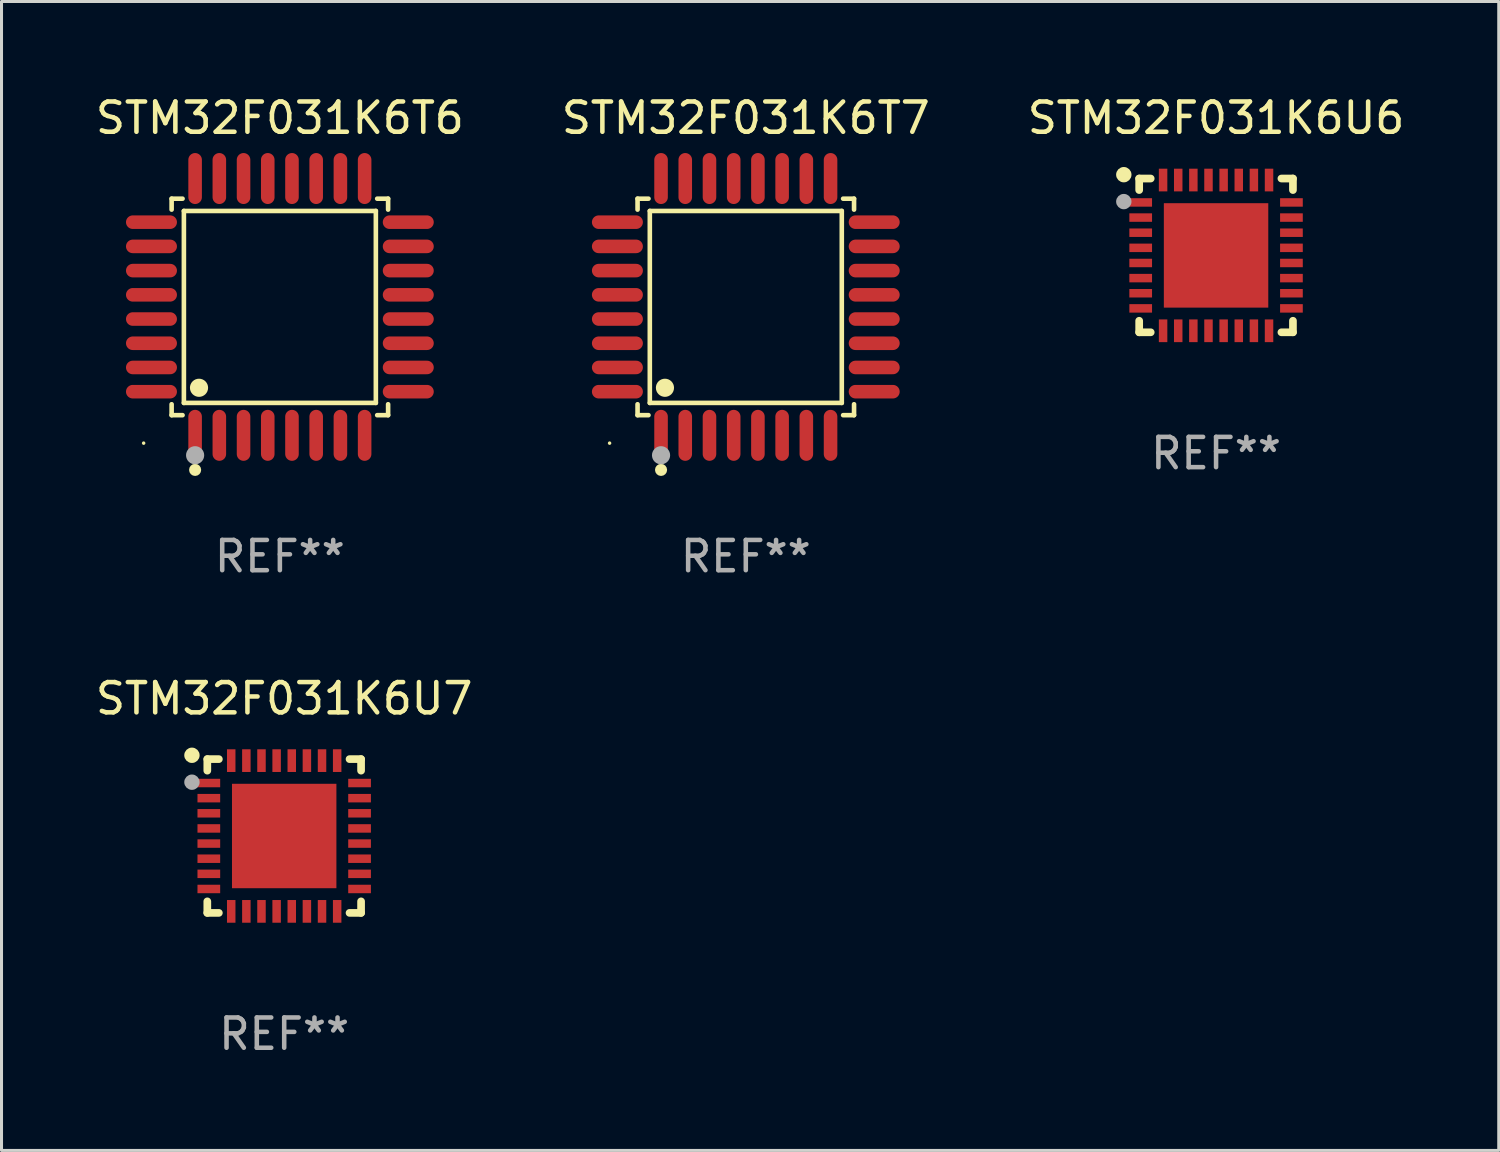
<source format=kicad_pcb>
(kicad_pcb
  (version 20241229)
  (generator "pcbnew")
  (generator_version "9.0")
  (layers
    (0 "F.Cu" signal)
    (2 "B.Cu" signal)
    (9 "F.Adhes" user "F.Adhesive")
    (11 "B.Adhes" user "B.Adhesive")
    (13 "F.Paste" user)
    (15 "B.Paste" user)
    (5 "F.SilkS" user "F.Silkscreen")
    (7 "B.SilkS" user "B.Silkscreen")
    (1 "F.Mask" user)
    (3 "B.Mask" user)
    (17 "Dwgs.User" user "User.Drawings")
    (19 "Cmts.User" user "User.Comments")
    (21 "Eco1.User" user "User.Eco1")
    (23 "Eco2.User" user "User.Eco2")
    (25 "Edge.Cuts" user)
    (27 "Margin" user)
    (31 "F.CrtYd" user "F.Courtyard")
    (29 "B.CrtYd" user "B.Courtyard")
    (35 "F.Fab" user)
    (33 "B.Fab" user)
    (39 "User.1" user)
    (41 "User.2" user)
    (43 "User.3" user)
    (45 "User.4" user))
  (footprint "STM32F031K6U7"
    (layer "F.Cu")
    (at 6.339 24.569)
    (property "Reference" "STM32F031K6U7" (at 0 -4.54 0) (layer "F.SilkS") (effects (font (size 1 1) (thickness 0.15))))
    (attr through_hole)
    (fp_line (start -2.54 -2.54) (end -2.159 -2.54) (stroke (width 0.254) (type solid)) (layer "F.SilkS"))
    (fp_line (start -2.54 -2.159) (end -2.54 -2.54) (stroke (width 0.254) (type solid)) (layer "F.SilkS"))
    (fp_line (start -2.54 2.54) (end -2.54 2.159) (stroke (width 0.254) (type solid)) (layer "F.SilkS"))
    (fp_line (start -2.159 2.54) (end -2.54 2.54) (stroke (width 0.254) (type solid)) (layer "F.SilkS"))
    (fp_line (start 2.159 -2.54) (end 2.54 -2.54) (stroke (width 0.254) (type solid)) (layer "F.SilkS"))
    (fp_line (start 2.54 -2.54) (end 2.54 -2.159) (stroke (width 0.254) (type solid)) (layer "F.SilkS"))
    (fp_line (start 2.54 2.159) (end 2.54 2.54) (stroke (width 0.254) (type solid)) (layer "F.SilkS"))
    (fp_line (start 2.54 2.54) (end 2.159 2.54) (stroke (width 0.254) (type solid)) (layer "F.SilkS"))
    (fp_circle (center -3.048 -2.667) (end -2.921 -2.667) (stroke (width 0.254) (type solid)) (fill no) (layer "F.SilkS"))
    (fp_circle (center -2.5 -2.5) (end -2.47 -2.5) (stroke (width 0.06) (type solid)) (fill no) (layer "F.SilkS"))
    (fp_circle (center -3.048 -1.778) (end -2.921 -1.778) (stroke (width 0.254) (type solid)) (fill no) (layer "F.Fab"))
    (fp_text user "REF**" (at 0 6.54 0) (layer "F.Fab") (effects (font (size 1 1) (thickness 0.15))))
    (pad "1" smd rect (at -2.49 -1.75) (size 0.75 0.28) (layers "F.Cu" "F.Mask" "F.Paste"))
    (pad "2" smd rect (at -2.49 -1.25) (size 0.75 0.28) (layers "F.Cu" "F.Mask" "F.Paste"))
    (pad "3" smd rect (at -2.49 -0.75) (size 0.75 0.28) (layers "F.Cu" "F.Mask" "F.Paste"))
    (pad "4" smd rect (at -2.49 -0.25) (size 0.75 0.28) (layers "F.Cu" "F.Mask" "F.Paste"))
    (pad "5" smd rect (at -2.49 0.25) (size 0.75 0.28) (layers "F.Cu" "F.Mask" "F.Paste"))
    (pad "6" smd rect (at -2.49 0.75) (size 0.75 0.28) (layers "F.Cu" "F.Mask" "F.Paste"))
    (pad "7" smd rect (at -2.49 1.25) (size 0.75 0.28) (layers "F.Cu" "F.Mask" "F.Paste"))
    (pad "8" smd rect (at -2.49 1.75) (size 0.75 0.28) (layers "F.Cu" "F.Mask" "F.Paste"))
    (pad "9" smd rect (at -1.75 2.49) (size 0.28 0.75) (layers "F.Cu" "F.Mask" "F.Paste"))
    (pad "10" smd rect (at -1.25 2.49) (size 0.28 0.75) (layers "F.Cu" "F.Mask" "F.Paste"))
    (pad "11" smd rect (at -0.75 2.49) (size 0.28 0.75) (layers "F.Cu" "F.Mask" "F.Paste"))
    (pad "12" smd rect (at -0.25 2.49) (size 0.28 0.75) (layers "F.Cu" "F.Mask" "F.Paste"))
    (pad "13" smd rect (at 0.25 2.49) (size 0.28 0.75) (layers "F.Cu" "F.Mask" "F.Paste"))
    (pad "14" smd rect (at 0.75 2.49) (size 0.28 0.75) (layers "F.Cu" "F.Mask" "F.Paste"))
    (pad "15" smd rect (at 1.25 2.49) (size 0.28 0.75) (layers "F.Cu" "F.Mask" "F.Paste"))
    (pad "16" smd rect (at 1.75 2.49) (size 0.28 0.75) (layers "F.Cu" "F.Mask" "F.Paste"))
    (pad "17" smd rect (at 2.49 1.75) (size 0.75 0.28) (layers "F.Cu" "F.Mask" "F.Paste"))
    (pad "18" smd rect (at 2.49 1.25) (size 0.75 0.28) (layers "F.Cu" "F.Mask" "F.Paste"))
    (pad "19" smd rect (at 2.49 0.75) (size 0.75 0.28) (layers "F.Cu" "F.Mask" "F.Paste"))
    (pad "20" smd rect (at 2.49 0.25) (size 0.75 0.28) (layers "F.Cu" "F.Mask" "F.Paste"))
    (pad "21" smd rect (at 2.49 -0.25) (size 0.75 0.28) (layers "F.Cu" "F.Mask" "F.Paste"))
    (pad "22" smd rect (at 2.49 -0.75) (size 0.75 0.28) (layers "F.Cu" "F.Mask" "F.Paste"))
    (pad "23" smd rect (at 2.49 -1.25) (size 0.75 0.28) (layers "F.Cu" "F.Mask" "F.Paste"))
    (pad "24" smd rect (at 2.49 -1.75) (size 0.75 0.28) (layers "F.Cu" "F.Mask" "F.Paste"))
    (pad "25" smd rect (at 1.75 -2.49) (size 0.28 0.75) (layers "F.Cu" "F.Mask" "F.Paste"))
    (pad "26" smd rect (at 1.25 -2.49) (size 0.28 0.75) (layers "F.Cu" "F.Mask" "F.Paste"))
    (pad "27" smd rect (at 0.75 -2.49) (size 0.28 0.75) (layers "F.Cu" "F.Mask" "F.Paste"))
    (pad "28" smd rect (at 0.25 -2.49) (size 0.28 0.75) (layers "F.Cu" "F.Mask" "F.Paste"))
    (pad "29" smd rect (at -0.25 -2.49) (size 0.28 0.75) (layers "F.Cu" "F.Mask" "F.Paste"))
    (pad "30" smd rect (at -0.75 -2.49) (size 0.28 0.75) (layers "F.Cu" "F.Mask" "F.Paste"))
    (pad "31" smd rect (at -1.25 -2.49) (size 0.28 0.75) (layers "F.Cu" "F.Mask" "F.Paste"))
    (pad "32" smd rect (at -1.75 -2.49) (size 0.28 0.75) (layers "F.Cu" "F.Mask" "F.Paste"))
    (pad "33" smd rect (at 0 0) (size 3.45 3.45) (layers "F.Cu" "F.Mask" "F.Paste")))
  (footprint "STM32F031K6T7"
    (layer "F.Cu")
    (at 21.589 7.09)
    (property "Reference" "STM32F031K6T7" (at 0 -6.242 0) (layer "F.SilkS") (effects (font (size 1 1) (thickness 0.15))))
    (attr through_hole)
    (fp_line (start -3.576 -3.576) (end -3.215 -3.576) (stroke (width 0.152) (type solid)) (layer "F.SilkS"))
    (fp_line (start -3.576 -3.215) (end -3.576 -3.576) (stroke (width 0.152) (type solid)) (layer "F.SilkS"))
    (fp_line (start -3.576 3.215) (end -3.576 3.576) (stroke (width 0.152) (type solid)) (layer "F.SilkS"))
    (fp_line (start -3.576 3.576) (end -3.215 3.576) (stroke (width 0.152) (type solid)) (layer "F.SilkS"))
    (fp_line (start -3.171 -3.171) (end 3.171 -3.171) (stroke (width 0.152) (type solid)) (layer "F.SilkS"))
    (fp_line (start -3.171 3.171) (end -3.171 -3.171) (stroke (width 0.152) (type solid)) (layer "F.SilkS"))
    (fp_line (start 3.171 -3.171) (end 3.171 3.171) (stroke (width 0.152) (type solid)) (layer "F.SilkS"))
    (fp_line (start 3.171 3.171) (end -3.171 3.171) (stroke (width 0.152) (type solid)) (layer "F.SilkS"))
    (fp_line (start 3.576 -3.576) (end 3.215 -3.576) (stroke (width 0.152) (type solid)) (layer "F.SilkS"))
    (fp_line (start 3.576 -3.215) (end 3.576 -3.576) (stroke (width 0.152) (type solid)) (layer "F.SilkS"))
    (fp_line (start 3.576 3.215) (end 3.576 3.576) (stroke (width 0.152) (type solid)) (layer "F.SilkS"))
    (fp_line (start 3.576 3.576) (end 3.215 3.576) (stroke (width 0.152) (type solid)) (layer "F.SilkS"))
    (fp_circle (center -4.5 4.5) (end -4.47 4.5) (stroke (width 0.06) (type solid)) (fill no) (layer "F.SilkS"))
    (fp_circle (center -2.8 5.384) (end -2.7 5.384) (stroke (width 0.2) (type solid)) (fill no) (layer "F.SilkS"))
    (fp_circle (center -2.671 2.671) (end -2.521 2.671) (stroke (width 0.3) (type solid)) (fill no) (layer "F.SilkS"))
    (fp_circle (center -2.8 4.9) (end -2.65 4.9) (stroke (width 0.3) (type solid)) (fill no) (layer "F.Fab"))
    (fp_text user "REF**" (at 0 8.242 0) (layer "F.Fab") (effects (font (size 1 1) (thickness 0.15))))
    (pad "1" smd oval (at -2.8 4.242) (size 0.448 1.684) (layers "F.Cu" "F.Mask" "F.Paste"))
    (pad "2" smd oval (at -2 4.242) (size 0.448 1.684) (layers "F.Cu" "F.Mask" "F.Paste"))
    (pad "3" smd oval (at -1.2 4.242) (size 0.448 1.684) (layers "F.Cu" "F.Mask" "F.Paste"))
    (pad "4" smd oval (at -0.4 4.242) (size 0.448 1.684) (layers "F.Cu" "F.Mask" "F.Paste"))
    (pad "5" smd oval (at 0.4 4.242) (size 0.448 1.684) (layers "F.Cu" "F.Mask" "F.Paste"))
    (pad "6" smd oval (at 1.2 4.242) (size 0.448 1.684) (layers "F.Cu" "F.Mask" "F.Paste"))
    (pad "7" smd oval (at 2 4.242) (size 0.448 1.684) (layers "F.Cu" "F.Mask" "F.Paste"))
    (pad "8" smd oval (at 2.8 4.242) (size 0.448 1.684) (layers "F.Cu" "F.Mask" "F.Paste"))
    (pad "9" smd oval (at 4.242 2.8) (size 1.684 0.448) (layers "F.Cu" "F.Mask" "F.Paste"))
    (pad "10" smd oval (at 4.242 2) (size 1.684 0.448) (layers "F.Cu" "F.Mask" "F.Paste"))
    (pad "11" smd oval (at 4.242 1.2) (size 1.684 0.448) (layers "F.Cu" "F.Mask" "F.Paste"))
    (pad "12" smd oval (at 4.242 0.4) (size 1.684 0.448) (layers "F.Cu" "F.Mask" "F.Paste"))
    (pad "13" smd oval (at 4.242 -0.4) (size 1.684 0.448) (layers "F.Cu" "F.Mask" "F.Paste"))
    (pad "14" smd oval (at 4.242 -1.2) (size 1.684 0.448) (layers "F.Cu" "F.Mask" "F.Paste"))
    (pad "15" smd oval (at 4.242 -2) (size 1.684 0.448) (layers "F.Cu" "F.Mask" "F.Paste"))
    (pad "16" smd oval (at 4.242 -2.8) (size 1.684 0.448) (layers "F.Cu" "F.Mask" "F.Paste"))
    (pad "17" smd oval (at 2.8 -4.242) (size 0.448 1.684) (layers "F.Cu" "F.Mask" "F.Paste"))
    (pad "18" smd oval (at 2 -4.242) (size 0.448 1.684) (layers "F.Cu" "F.Mask" "F.Paste"))
    (pad "19" smd oval (at 1.2 -4.242) (size 0.448 1.684) (layers "F.Cu" "F.Mask" "F.Paste"))
    (pad "20" smd oval (at 0.4 -4.242) (size 0.448 1.684) (layers "F.Cu" "F.Mask" "F.Paste"))
    (pad "21" smd oval (at -0.4 -4.242) (size 0.448 1.684) (layers "F.Cu" "F.Mask" "F.Paste"))
    (pad "22" smd oval (at -1.2 -4.242) (size 0.448 1.684) (layers "F.Cu" "F.Mask" "F.Paste"))
    (pad "23" smd oval (at -2 -4.242) (size 0.448 1.684) (layers "F.Cu" "F.Mask" "F.Paste"))
    (pad "24" smd oval (at -2.8 -4.242) (size 0.448 1.684) (layers "F.Cu" "F.Mask" "F.Paste"))
    (pad "25" smd oval (at -4.242 -2.8) (size 1.684 0.448) (layers "F.Cu" "F.Mask" "F.Paste"))
    (pad "26" smd oval (at -4.242 -2) (size 1.684 0.448) (layers "F.Cu" "F.Mask" "F.Paste"))
    (pad "27" smd oval (at -4.242 -1.2) (size 1.684 0.448) (layers "F.Cu" "F.Mask" "F.Paste"))
    (pad "28" smd oval (at -4.242 -0.4) (size 1.684 0.448) (layers "F.Cu" "F.Mask" "F.Paste"))
    (pad "29" smd oval (at -4.242 0.4) (size 1.684 0.448) (layers "F.Cu" "F.Mask" "F.Paste"))
    (pad "30" smd oval (at -4.242 1.2) (size 1.684 0.448) (layers "F.Cu" "F.Mask" "F.Paste"))
    (pad "31" smd oval (at -4.242 2) (size 1.684 0.448) (layers "F.Cu" "F.Mask" "F.Paste"))
    (pad "32" smd oval (at -4.242 2.8) (size 1.684 0.448) (layers "F.Cu" "F.Mask" "F.Paste")))
  (footprint "STM32F031K6U6"
    (layer "F.Cu")
    (at 37.125 5.388)
    (property "Reference" "STM32F031K6U6" (at 0 -4.54 0) (layer "F.SilkS") (effects (font (size 1 1) (thickness 0.15))))
    (attr through_hole)
    (fp_line (start -2.54 -2.54) (end -2.159 -2.54) (stroke (width 0.254) (type solid)) (layer "F.SilkS"))
    (fp_line (start -2.54 -2.159) (end -2.54 -2.54) (stroke (width 0.254) (type solid)) (layer "F.SilkS"))
    (fp_line (start -2.54 2.54) (end -2.54 2.159) (stroke (width 0.254) (type solid)) (layer "F.SilkS"))
    (fp_line (start -2.159 2.54) (end -2.54 2.54) (stroke (width 0.254) (type solid)) (layer "F.SilkS"))
    (fp_line (start 2.159 -2.54) (end 2.54 -2.54) (stroke (width 0.254) (type solid)) (layer "F.SilkS"))
    (fp_line (start 2.54 -2.54) (end 2.54 -2.159) (stroke (width 0.254) (type solid)) (layer "F.SilkS"))
    (fp_line (start 2.54 2.159) (end 2.54 2.54) (stroke (width 0.254) (type solid)) (layer "F.SilkS"))
    (fp_line (start 2.54 2.54) (end 2.159 2.54) (stroke (width 0.254) (type solid)) (layer "F.SilkS"))
    (fp_circle (center -3.048 -2.667) (end -2.921 -2.667) (stroke (width 0.254) (type solid)) (fill no) (layer "F.SilkS"))
    (fp_circle (center -2.5 -2.5) (end -2.47 -2.5) (stroke (width 0.06) (type solid)) (fill no) (layer "F.SilkS"))
    (fp_circle (center -3.048 -1.778) (end -2.921 -1.778) (stroke (width 0.254) (type solid)) (fill no) (layer "F.Fab"))
    (fp_text user "REF**" (at 0 6.54 0) (layer "F.Fab") (effects (font (size 1 1) (thickness 0.15))))
    (pad "1" smd rect (at -2.49 -1.75) (size 0.75 0.28) (layers "F.Cu" "F.Mask" "F.Paste"))
    (pad "2" smd rect (at -2.49 -1.25) (size 0.75 0.28) (layers "F.Cu" "F.Mask" "F.Paste"))
    (pad "3" smd rect (at -2.49 -0.75) (size 0.75 0.28) (layers "F.Cu" "F.Mask" "F.Paste"))
    (pad "4" smd rect (at -2.49 -0.25) (size 0.75 0.28) (layers "F.Cu" "F.Mask" "F.Paste"))
    (pad "5" smd rect (at -2.49 0.25) (size 0.75 0.28) (layers "F.Cu" "F.Mask" "F.Paste"))
    (pad "6" smd rect (at -2.49 0.75) (size 0.75 0.28) (layers "F.Cu" "F.Mask" "F.Paste"))
    (pad "7" smd rect (at -2.49 1.25) (size 0.75 0.28) (layers "F.Cu" "F.Mask" "F.Paste"))
    (pad "8" smd rect (at -2.49 1.75) (size 0.75 0.28) (layers "F.Cu" "F.Mask" "F.Paste"))
    (pad "9" smd rect (at -1.75 2.49) (size 0.28 0.75) (layers "F.Cu" "F.Mask" "F.Paste"))
    (pad "10" smd rect (at -1.25 2.49) (size 0.28 0.75) (layers "F.Cu" "F.Mask" "F.Paste"))
    (pad "11" smd rect (at -0.75 2.49) (size 0.28 0.75) (layers "F.Cu" "F.Mask" "F.Paste"))
    (pad "12" smd rect (at -0.25 2.49) (size 0.28 0.75) (layers "F.Cu" "F.Mask" "F.Paste"))
    (pad "13" smd rect (at 0.25 2.49) (size 0.28 0.75) (layers "F.Cu" "F.Mask" "F.Paste"))
    (pad "14" smd rect (at 0.75 2.49) (size 0.28 0.75) (layers "F.Cu" "F.Mask" "F.Paste"))
    (pad "15" smd rect (at 1.25 2.49) (size 0.28 0.75) (layers "F.Cu" "F.Mask" "F.Paste"))
    (pad "16" smd rect (at 1.75 2.49) (size 0.28 0.75) (layers "F.Cu" "F.Mask" "F.Paste"))
    (pad "17" smd rect (at 2.49 1.75) (size 0.75 0.28) (layers "F.Cu" "F.Mask" "F.Paste"))
    (pad "18" smd rect (at 2.49 1.25) (size 0.75 0.28) (layers "F.Cu" "F.Mask" "F.Paste"))
    (pad "19" smd rect (at 2.49 0.75) (size 0.75 0.28) (layers "F.Cu" "F.Mask" "F.Paste"))
    (pad "20" smd rect (at 2.49 0.25) (size 0.75 0.28) (layers "F.Cu" "F.Mask" "F.Paste"))
    (pad "21" smd rect (at 2.49 -0.25) (size 0.75 0.28) (layers "F.Cu" "F.Mask" "F.Paste"))
    (pad "22" smd rect (at 2.49 -0.75) (size 0.75 0.28) (layers "F.Cu" "F.Mask" "F.Paste"))
    (pad "23" smd rect (at 2.49 -1.25) (size 0.75 0.28) (layers "F.Cu" "F.Mask" "F.Paste"))
    (pad "24" smd rect (at 2.49 -1.75) (size 0.75 0.28) (layers "F.Cu" "F.Mask" "F.Paste"))
    (pad "25" smd rect (at 1.75 -2.49) (size 0.28 0.75) (layers "F.Cu" "F.Mask" "F.Paste"))
    (pad "26" smd rect (at 1.25 -2.49) (size 0.28 0.75) (layers "F.Cu" "F.Mask" "F.Paste"))
    (pad "27" smd rect (at 0.75 -2.49) (size 0.28 0.75) (layers "F.Cu" "F.Mask" "F.Paste"))
    (pad "28" smd rect (at 0.25 -2.49) (size 0.28 0.75) (layers "F.Cu" "F.Mask" "F.Paste"))
    (pad "29" smd rect (at -0.25 -2.49) (size 0.28 0.75) (layers "F.Cu" "F.Mask" "F.Paste"))
    (pad "30" smd rect (at -0.75 -2.49) (size 0.28 0.75) (layers "F.Cu" "F.Mask" "F.Paste"))
    (pad "31" smd rect (at -1.25 -2.49) (size 0.28 0.75) (layers "F.Cu" "F.Mask" "F.Paste"))
    (pad "32" smd rect (at -1.75 -2.49) (size 0.28 0.75) (layers "F.Cu" "F.Mask" "F.Paste"))
    (pad "33" smd rect (at 0 0) (size 3.45 3.45) (layers "F.Cu" "F.Mask" "F.Paste")))
  (footprint "STM32F031K6T6"
    (layer "F.Cu")
    (at 6.196 7.09)
    (property "Reference" "STM32F031K6T6" (at 0 -6.242 0) (layer "F.SilkS") (effects (font (size 1 1) (thickness 0.15))))
    (attr through_hole)
    (fp_line (start -3.576 -3.576) (end -3.215 -3.576) (stroke (width 0.152) (type solid)) (layer "F.SilkS"))
    (fp_line (start -3.576 -3.215) (end -3.576 -3.576) (stroke (width 0.152) (type solid)) (layer "F.SilkS"))
    (fp_line (start -3.576 3.215) (end -3.576 3.576) (stroke (width 0.152) (type solid)) (layer "F.SilkS"))
    (fp_line (start -3.576 3.576) (end -3.215 3.576) (stroke (width 0.152) (type solid)) (layer "F.SilkS"))
    (fp_line (start -3.171 -3.171) (end 3.171 -3.171) (stroke (width 0.152) (type solid)) (layer "F.SilkS"))
    (fp_line (start -3.171 3.171) (end -3.171 -3.171) (stroke (width 0.152) (type solid)) (layer "F.SilkS"))
    (fp_line (start 3.171 -3.171) (end 3.171 3.171) (stroke (width 0.152) (type solid)) (layer "F.SilkS"))
    (fp_line (start 3.171 3.171) (end -3.171 3.171) (stroke (width 0.152) (type solid)) (layer "F.SilkS"))
    (fp_line (start 3.576 -3.576) (end 3.215 -3.576) (stroke (width 0.152) (type solid)) (layer "F.SilkS"))
    (fp_line (start 3.576 -3.215) (end 3.576 -3.576) (stroke (width 0.152) (type solid)) (layer "F.SilkS"))
    (fp_line (start 3.576 3.215) (end 3.576 3.576) (stroke (width 0.152) (type solid)) (layer "F.SilkS"))
    (fp_line (start 3.576 3.576) (end 3.215 3.576) (stroke (width 0.152) (type solid)) (layer "F.SilkS"))
    (fp_circle (center -4.5 4.5) (end -4.47 4.5) (stroke (width 0.06) (type solid)) (fill no) (layer "F.SilkS"))
    (fp_circle (center -2.8 5.384) (end -2.7 5.384) (stroke (width 0.2) (type solid)) (fill no) (layer "F.SilkS"))
    (fp_circle (center -2.671 2.671) (end -2.521 2.671) (stroke (width 0.3) (type solid)) (fill no) (layer "F.SilkS"))
    (fp_circle (center -2.8 4.9) (end -2.65 4.9) (stroke (width 0.3) (type solid)) (fill no) (layer "F.Fab"))
    (fp_text user "REF**" (at 0 8.242 0) (layer "F.Fab") (effects (font (size 1 1) (thickness 0.15))))
    (pad "1" smd oval (at -2.8 4.242) (size 0.448 1.684) (layers "F.Cu" "F.Mask" "F.Paste"))
    (pad "2" smd oval (at -2 4.242) (size 0.448 1.684) (layers "F.Cu" "F.Mask" "F.Paste"))
    (pad "3" smd oval (at -1.2 4.242) (size 0.448 1.684) (layers "F.Cu" "F.Mask" "F.Paste"))
    (pad "4" smd oval (at -0.4 4.242) (size 0.448 1.684) (layers "F.Cu" "F.Mask" "F.Paste"))
    (pad "5" smd oval (at 0.4 4.242) (size 0.448 1.684) (layers "F.Cu" "F.Mask" "F.Paste"))
    (pad "6" smd oval (at 1.2 4.242) (size 0.448 1.684) (layers "F.Cu" "F.Mask" "F.Paste"))
    (pad "7" smd oval (at 2 4.242) (size 0.448 1.684) (layers "F.Cu" "F.Mask" "F.Paste"))
    (pad "8" smd oval (at 2.8 4.242) (size 0.448 1.684) (layers "F.Cu" "F.Mask" "F.Paste"))
    (pad "9" smd oval (at 4.242 2.8) (size 1.684 0.448) (layers "F.Cu" "F.Mask" "F.Paste"))
    (pad "10" smd oval (at 4.242 2) (size 1.684 0.448) (layers "F.Cu" "F.Mask" "F.Paste"))
    (pad "11" smd oval (at 4.242 1.2) (size 1.684 0.448) (layers "F.Cu" "F.Mask" "F.Paste"))
    (pad "12" smd oval (at 4.242 0.4) (size 1.684 0.448) (layers "F.Cu" "F.Mask" "F.Paste"))
    (pad "13" smd oval (at 4.242 -0.4) (size 1.684 0.448) (layers "F.Cu" "F.Mask" "F.Paste"))
    (pad "14" smd oval (at 4.242 -1.2) (size 1.684 0.448) (layers "F.Cu" "F.Mask" "F.Paste"))
    (pad "15" smd oval (at 4.242 -2) (size 1.684 0.448) (layers "F.Cu" "F.Mask" "F.Paste"))
    (pad "16" smd oval (at 4.242 -2.8) (size 1.684 0.448) (layers "F.Cu" "F.Mask" "F.Paste"))
    (pad "17" smd oval (at 2.8 -4.242) (size 0.448 1.684) (layers "F.Cu" "F.Mask" "F.Paste"))
    (pad "18" smd oval (at 2 -4.242) (size 0.448 1.684) (layers "F.Cu" "F.Mask" "F.Paste"))
    (pad "19" smd oval (at 1.2 -4.242) (size 0.448 1.684) (layers "F.Cu" "F.Mask" "F.Paste"))
    (pad "20" smd oval (at 0.4 -4.242) (size 0.448 1.684) (layers "F.Cu" "F.Mask" "F.Paste"))
    (pad "21" smd oval (at -0.4 -4.242) (size 0.448 1.684) (layers "F.Cu" "F.Mask" "F.Paste"))
    (pad "22" smd oval (at -1.2 -4.242) (size 0.448 1.684) (layers "F.Cu" "F.Mask" "F.Paste"))
    (pad "23" smd oval (at -2 -4.242) (size 0.448 1.684) (layers "F.Cu" "F.Mask" "F.Paste"))
    (pad "24" smd oval (at -2.8 -4.242) (size 0.448 1.684) (layers "F.Cu" "F.Mask" "F.Paste"))
    (pad "25" smd oval (at -4.242 -2.8) (size 1.684 0.448) (layers "F.Cu" "F.Mask" "F.Paste"))
    (pad "26" smd oval (at -4.242 -2) (size 1.684 0.448) (layers "F.Cu" "F.Mask" "F.Paste"))
    (pad "27" smd oval (at -4.242 -1.2) (size 1.684 0.448) (layers "F.Cu" "F.Mask" "F.Paste"))
    (pad "28" smd oval (at -4.242 -0.4) (size 1.684 0.448) (layers "F.Cu" "F.Mask" "F.Paste"))
    (pad "29" smd oval (at -4.242 0.4) (size 1.684 0.448) (layers "F.Cu" "F.Mask" "F.Paste"))
    (pad "30" smd oval (at -4.242 1.2) (size 1.684 0.448) (layers "F.Cu" "F.Mask" "F.Paste"))
    (pad "31" smd oval (at -4.242 2) (size 1.684 0.448) (layers "F.Cu" "F.Mask" "F.Paste"))
    (pad "32" smd oval (at -4.242 2.8) (size 1.684 0.448) (layers "F.Cu" "F.Mask" "F.Paste")))
  (gr_rect
    (start -3 -3)
    (end 46.464 34.957)
    (stroke (width 0.1) (type default))
    (fill no)
    (layer "Edge.Cuts")))
</source>
